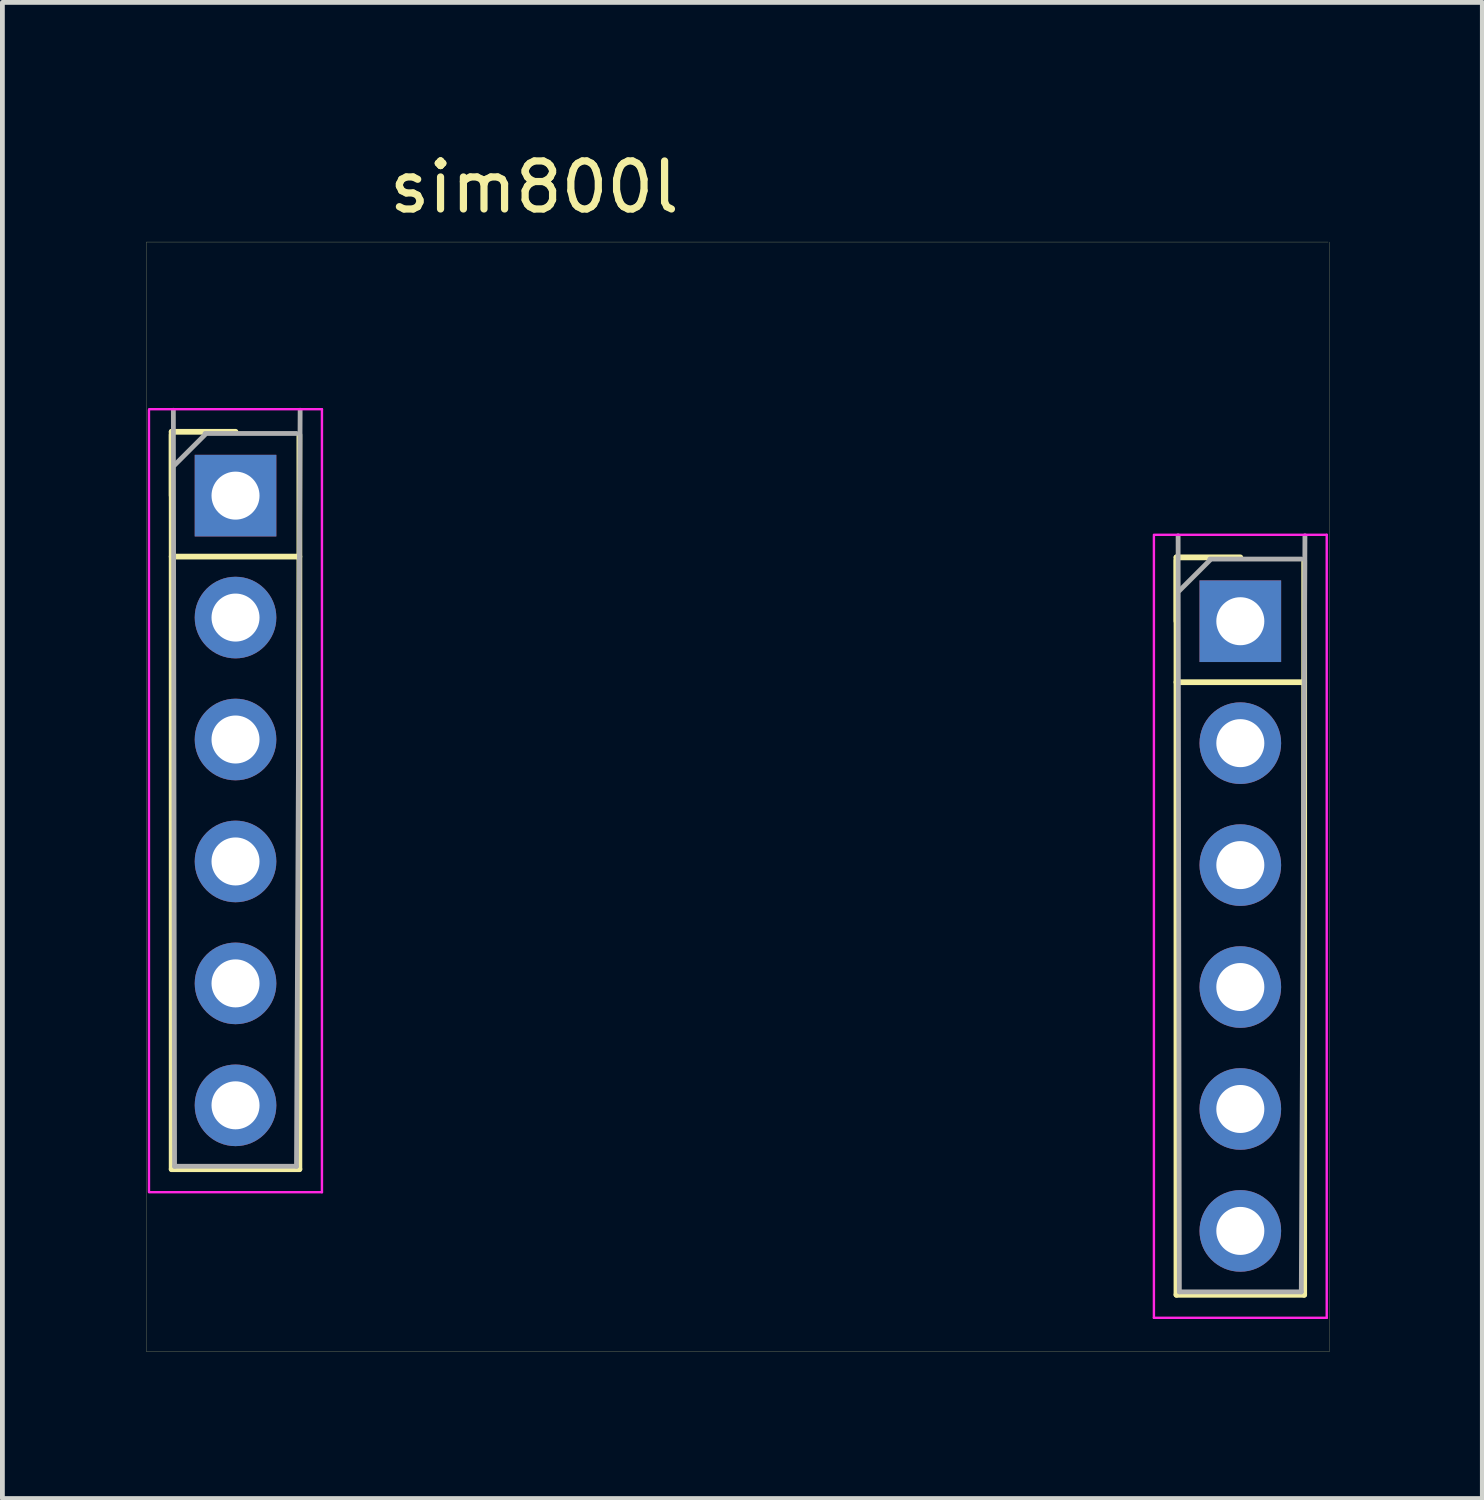
<source format=kicad_pcb>
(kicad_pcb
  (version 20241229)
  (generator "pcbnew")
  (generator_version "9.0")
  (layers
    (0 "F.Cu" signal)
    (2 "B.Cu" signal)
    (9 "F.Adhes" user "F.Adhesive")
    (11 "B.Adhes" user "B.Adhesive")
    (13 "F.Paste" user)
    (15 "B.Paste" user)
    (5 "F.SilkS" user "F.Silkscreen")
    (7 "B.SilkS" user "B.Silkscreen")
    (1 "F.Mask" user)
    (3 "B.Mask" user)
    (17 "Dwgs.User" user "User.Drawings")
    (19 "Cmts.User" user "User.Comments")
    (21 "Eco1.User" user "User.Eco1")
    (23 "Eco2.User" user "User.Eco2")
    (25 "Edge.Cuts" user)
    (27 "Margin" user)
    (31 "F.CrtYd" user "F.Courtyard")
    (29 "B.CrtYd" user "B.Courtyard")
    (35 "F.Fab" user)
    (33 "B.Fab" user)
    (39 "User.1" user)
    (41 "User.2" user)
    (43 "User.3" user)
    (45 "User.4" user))
  (footprint "sim800l"
    (layer "F.Cu")
    (at 12.321 13.548)
    (property "Reference" "sim800l" (at -4.242 -12.7 0) (layer "F.SilkS") (effects (font (size 1 1) (thickness 0.15))))
    (attr through_hole)
    (fp_line (start -12.319 -11.557) (end -12.319 11.557) (stroke (width 0.004) (type solid)) (layer "F.SilkS"))
    (fp_line (start -12.319 11.557) (end 12.319 11.557) (stroke (width 0.004) (type solid)) (layer "F.SilkS"))
    (fp_line (start -11.795 -7.604) (end -10.465 -7.604) (stroke (width 0.12) (type solid)) (layer "F.SilkS"))
    (fp_line (start -11.795 -7.544) (end -11.795 7.756) (stroke (width 0.12) (type solid)) (layer "F.SilkS"))
    (fp_line (start -11.795 -6.274) (end -11.795 -7.604) (stroke (width 0.12) (type solid)) (layer "F.SilkS"))
    (fp_line (start -11.795 -5.004) (end -9.135 -5.004) (stroke (width 0.12) (type solid)) (layer "F.SilkS"))
    (fp_line (start -11.795 7.756) (end -9.135 7.756) (stroke (width 0.12) (type solid)) (layer "F.SilkS"))
    (fp_line (start -9.135 -7.544) (end -9.135 7.756) (stroke (width 0.12) (type solid)) (layer "F.SilkS"))
    (fp_line (start 9.135 -4.988) (end 10.465 -4.988) (stroke (width 0.12) (type solid)) (layer "F.SilkS"))
    (fp_line (start 9.135 -4.928) (end 9.135 10.372) (stroke (width 0.12) (type solid)) (layer "F.SilkS"))
    (fp_line (start 9.135 -3.658) (end 9.135 -4.988) (stroke (width 0.12) (type solid)) (layer "F.SilkS"))
    (fp_line (start 9.135 -2.388) (end 11.795 -2.388) (stroke (width 0.12) (type solid)) (layer "F.SilkS"))
    (fp_line (start 9.135 10.372) (end 11.795 10.372) (stroke (width 0.12) (type solid)) (layer "F.SilkS"))
    (fp_line (start 11.795 -4.928) (end 11.795 10.372) (stroke (width 0.12) (type solid)) (layer "F.SilkS"))
    (fp_line (start 12.294 -11.557) (end -12.319 -11.557) (stroke (width 0.004) (type solid)) (layer "F.SilkS"))
    (fp_line (start 12.319 11.557) (end 12.319 -11.557) (stroke (width 0.004) (type solid)) (layer "F.SilkS"))
    (fp_line (start -12.319 -11.557) (end -12.319 11.557) (stroke (width 0.004) (type solid)) (layer "Eco2.User"))
    (fp_line (start -12.319 -11.557) (end 12.319 -11.557) (stroke (width 0.004) (type solid)) (layer "Eco2.User"))
    (fp_line (start -12.319 11.557) (end 12.319 11.557) (stroke (width 0.004) (type solid)) (layer "Eco2.User"))
    (fp_line (start -10.084 6.447) (end -11.989 6.447) (stroke (width 0.12) (type solid)) (layer "Eco2.User"))
    (fp_line (start -10.084 11.557) (end -10.084 6.447) (stroke (width 0.12) (type solid)) (layer "Eco2.User"))
    (fp_line (start 10.16 9.017) (end 12.446 9.017) (stroke (width 0.12) (type solid)) (layer "Eco2.User"))
    (fp_line (start 10.16 11.557) (end 10.16 9.017) (stroke (width 0.12) (type solid)) (layer "Eco2.User"))
    (fp_line (start 12.319 -11.557) (end 12.319 11.557) (stroke (width 0.004) (type solid)) (layer "Eco2.User"))
    (fp_line (start -12.268 -8.058) (end -12.268 8.23) (stroke (width 0.05) (type solid)) (layer "F.CrtYd"))
    (fp_line (start -12.265 8.236) (end -8.665 8.236) (stroke (width 0.05) (type solid)) (layer "F.CrtYd"))
    (fp_line (start -8.665 -8.074) (end -12.265 -8.074) (stroke (width 0.05) (type solid)) (layer "F.CrtYd"))
    (fp_line (start -8.665 8.236) (end -8.665 -8.074) (stroke (width 0.05) (type solid)) (layer "F.CrtYd"))
    (fp_line (start 8.665 -5.436) (end 8.665 10.852) (stroke (width 0.05) (type solid)) (layer "F.CrtYd"))
    (fp_line (start 8.665 10.852) (end 12.265 10.852) (stroke (width 0.05) (type solid)) (layer "F.CrtYd"))
    (fp_line (start 12.265 -5.458) (end 8.665 -5.458) (stroke (width 0.05) (type solid)) (layer "F.CrtYd"))
    (fp_line (start 12.265 10.852) (end 12.265 -5.458) (stroke (width 0.05) (type solid)) (layer "F.CrtYd"))
    (fp_line (start -11.735 -6.909) (end -11.1 -7.544) (stroke (width 0.1) (type solid)) (layer "F.Fab"))
    (fp_line (start -11.735 7.696) (end -11.76 -8.052) (stroke (width 0.1) (type solid)) (layer "F.Fab"))
    (fp_line (start -11.1 -7.569) (end -9.195 -7.569) (stroke (width 0.1) (type solid)) (layer "F.Fab"))
    (fp_line (start -9.195 7.696) (end -11.735 7.696) (stroke (width 0.1) (type solid)) (layer "F.Fab"))
    (fp_line (start -9.119 -8.052) (end -9.195 7.696) (stroke (width 0.1) (type solid)) (layer "F.Fab"))
    (fp_line (start 9.195 -4.293) (end 9.83 -4.928) (stroke (width 0.1) (type solid)) (layer "F.Fab"))
    (fp_line (start 9.195 10.312) (end 9.169 -5.436) (stroke (width 0.1) (type solid)) (layer "F.Fab"))
    (fp_line (start 9.83 -4.953) (end 11.735 -4.953) (stroke (width 0.1) (type solid)) (layer "F.Fab"))
    (fp_line (start 11.735 10.312) (end 9.195 10.312) (stroke (width 0.1) (type solid)) (layer "F.Fab"))
    (fp_line (start 11.811 -5.436) (end 11.735 10.312) (stroke (width 0.1) (type solid)) (layer "F.Fab"))
    (pad "1" thru_hole rect (at -10.465 -6.274) (size 1.7 1.7) (drill 1) (layers "*.Cu" "*.Mask"))
    (pad "2" thru_hole oval (at -10.465 -3.734) (size 1.7 1.7) (drill 1) (layers "*.Cu" "*.Mask"))
    (pad "3" thru_hole oval (at -10.465 -1.194) (size 1.7 1.7) (drill 1) (layers "*.Cu" "*.Mask"))
    (pad "4" thru_hole oval (at -10.465 1.346) (size 1.7 1.7) (drill 1) (layers "*.Cu" "*.Mask"))
    (pad "5" thru_hole oval (at -10.465 3.886) (size 1.7 1.7) (drill 1) (layers "*.Cu" "*.Mask"))
    (pad "6" thru_hole oval (at -10.465 6.426) (size 1.7 1.7) (drill 1) (layers "*.Cu" "*.Mask"))
    (pad "7" thru_hole rect (at 10.465 -3.658) (size 1.7 1.7) (drill 1) (layers "*.Cu" "*.Mask"))
    (pad "8" thru_hole oval (at 10.465 -1.118) (size 1.7 1.7) (drill 1) (layers "*.Cu" "*.Mask"))
    (pad "9" thru_hole oval (at 10.465 1.422) (size 1.7 1.7) (drill 1) (layers "*.Cu" "*.Mask"))
    (pad "10" thru_hole oval (at 10.465 3.962) (size 1.7 1.7) (drill 1) (layers "*.Cu" "*.Mask"))
    (pad "11" thru_hole oval (at 10.465 6.502) (size 1.7 1.7) (drill 1) (layers "*.Cu" "*.Mask"))
    (pad "12" thru_hole oval (at 10.465 9.042) (size 1.7 1.7) (drill 1) (layers "*.Cu" "*.Mask")))
  (gr_rect
    (start -3 -3)
    (end 27.827 28.165)
    (stroke (width 0.1) (type default))
    (fill no)
    (layer "Edge.Cuts")))
</source>
